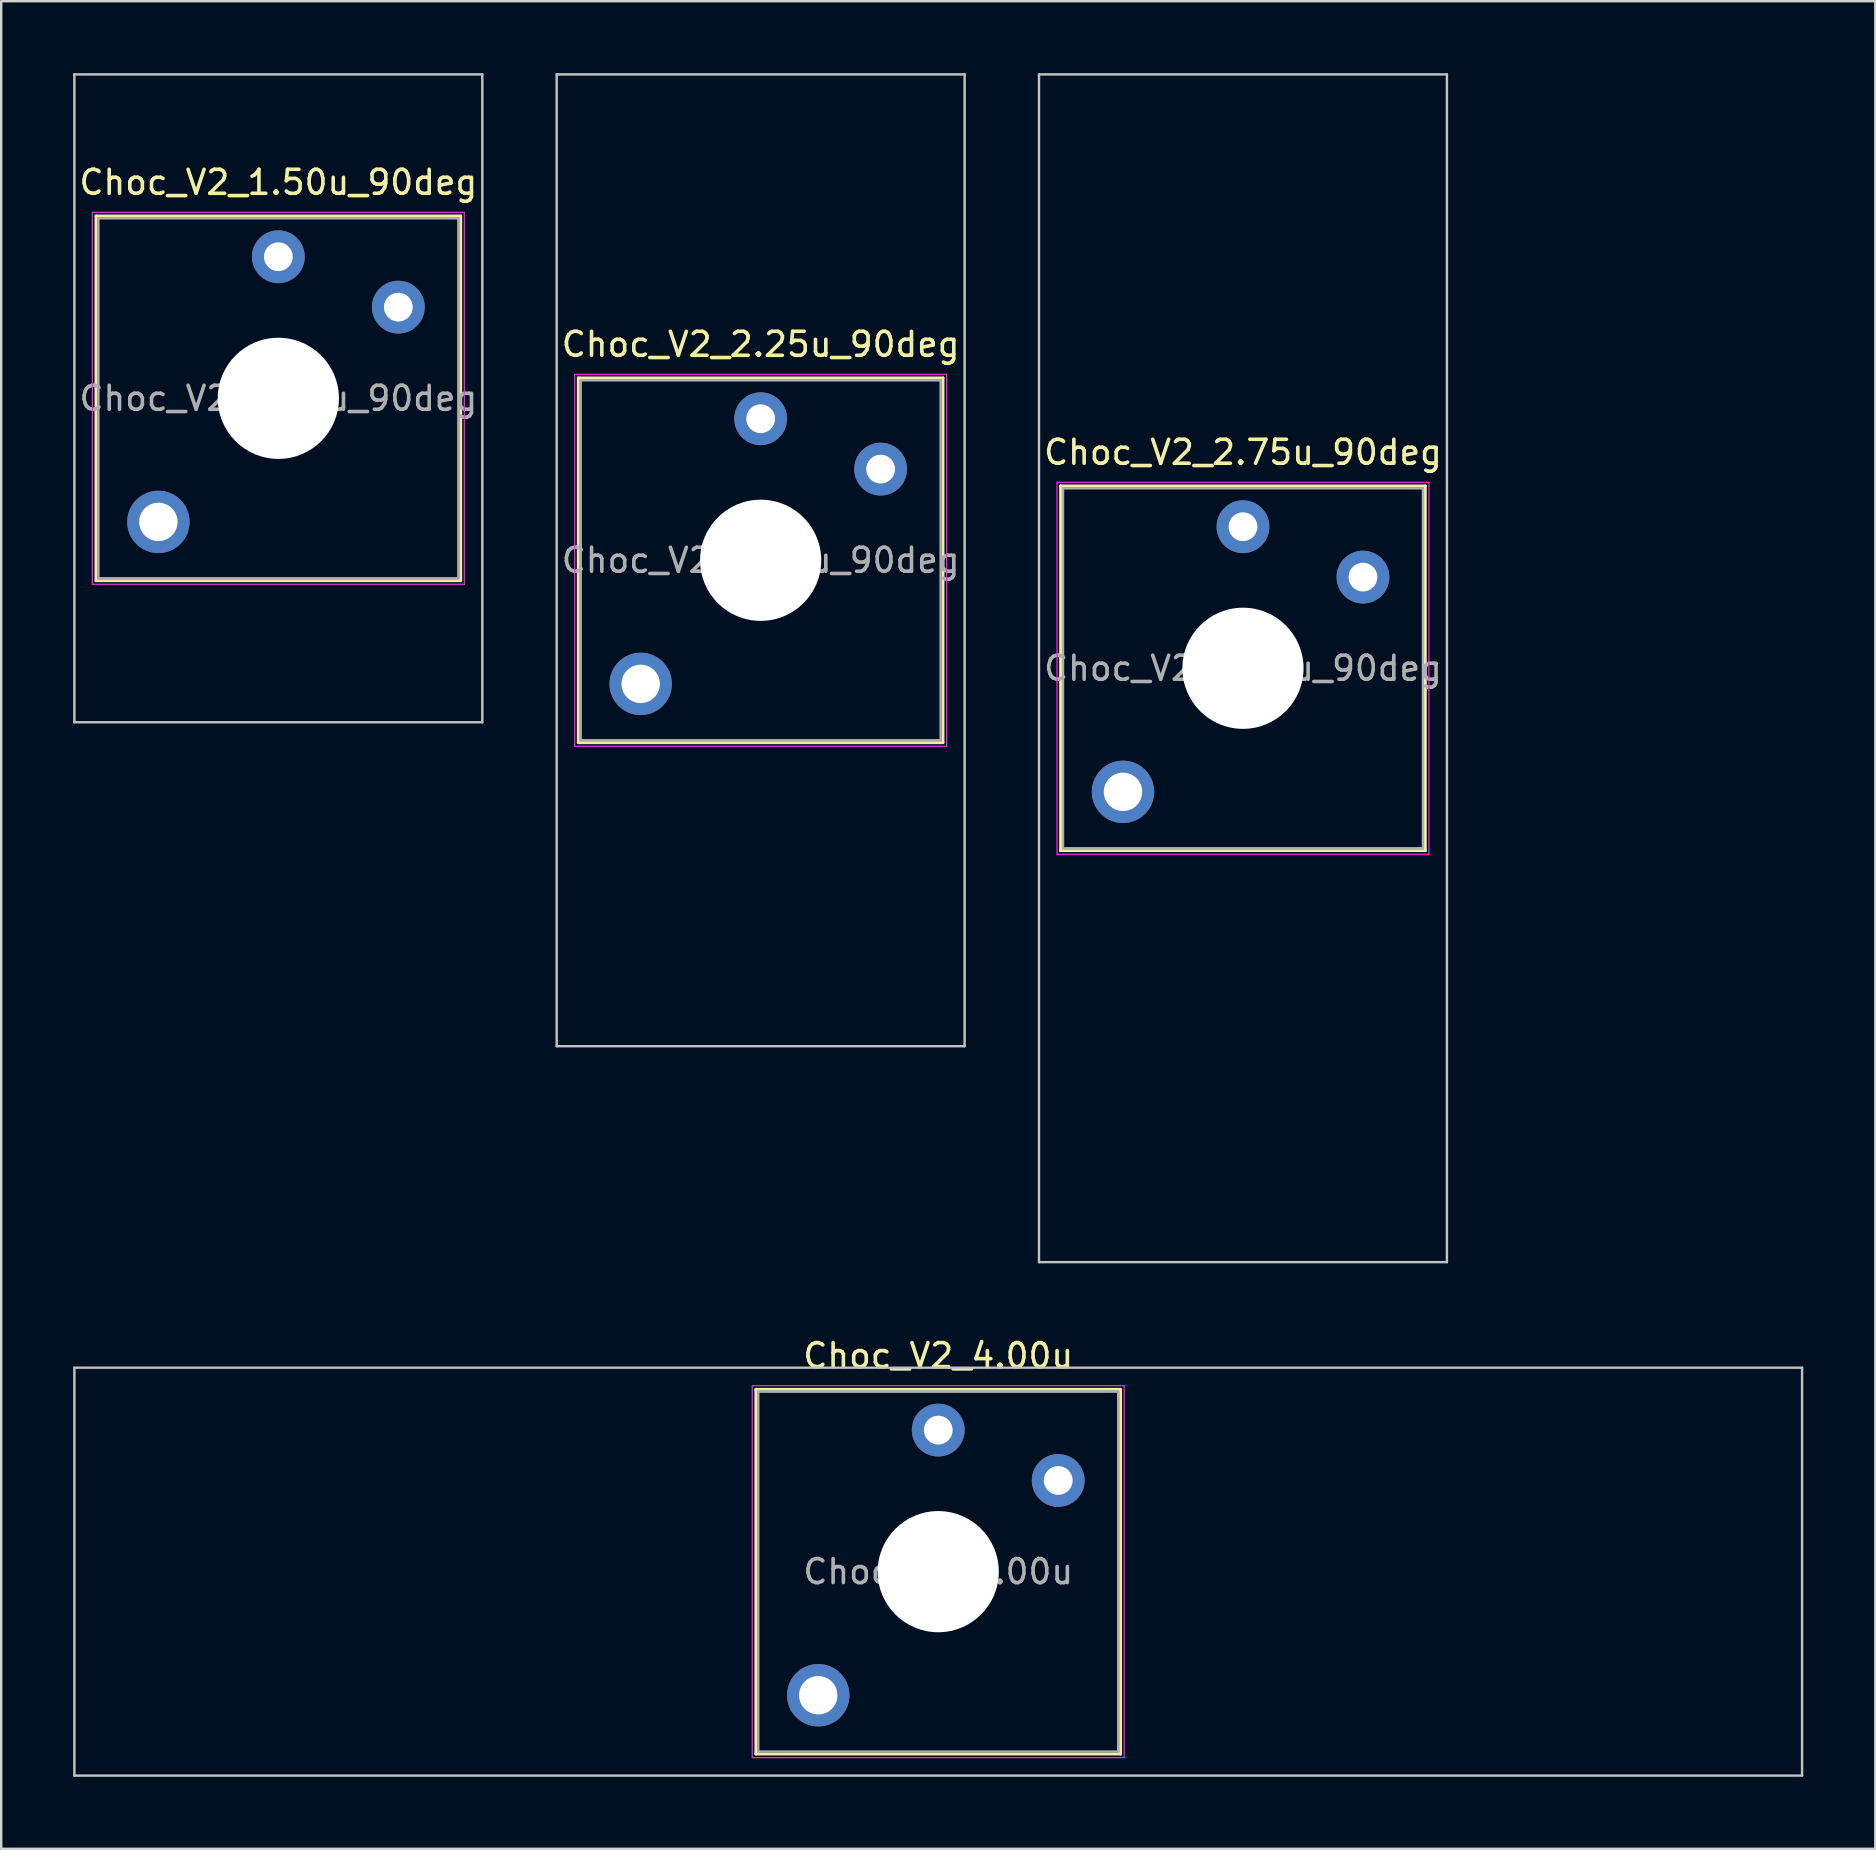
<source format=kicad_pcb>
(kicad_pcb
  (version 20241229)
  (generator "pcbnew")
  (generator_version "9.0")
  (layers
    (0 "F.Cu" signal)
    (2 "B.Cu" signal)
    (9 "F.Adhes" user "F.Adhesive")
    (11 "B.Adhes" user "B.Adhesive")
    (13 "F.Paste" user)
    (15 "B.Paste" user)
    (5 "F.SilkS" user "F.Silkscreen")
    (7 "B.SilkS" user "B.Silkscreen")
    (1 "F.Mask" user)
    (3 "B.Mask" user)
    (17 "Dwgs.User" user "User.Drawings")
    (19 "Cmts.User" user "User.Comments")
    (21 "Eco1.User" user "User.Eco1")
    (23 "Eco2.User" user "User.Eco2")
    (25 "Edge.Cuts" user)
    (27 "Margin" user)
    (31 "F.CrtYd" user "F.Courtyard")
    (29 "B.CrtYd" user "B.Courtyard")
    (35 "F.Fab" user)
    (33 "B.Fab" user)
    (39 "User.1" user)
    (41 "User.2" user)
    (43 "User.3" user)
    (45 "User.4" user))
  (footprint "Choc_V2_2.75u_90deg"
    (layer "F.Cu")
    (at 48.75 24.8)
    (property "Reference" "Choc_V2_2.75u_90deg" (at 0 -9 0) (layer "F.SilkS") (effects (font (size 1 1) (thickness 0.15))))
    (attr through_hole)
    (fp_line (start -7.6 -7.6) (end -7.6 7.6) (stroke (width 0.12) (type solid)) (layer "F.SilkS"))
    (fp_line (start -7.6 7.6) (end 7.6 7.6) (stroke (width 0.12) (type solid)) (layer "F.SilkS"))
    (fp_line (start 7.6 -7.6) (end -7.6 -7.6) (stroke (width 0.12) (type solid)) (layer "F.SilkS"))
    (fp_line (start 7.6 7.6) (end 7.6 -7.6) (stroke (width 0.12) (type solid)) (layer "F.SilkS"))
    (fp_line (start -8.5 -24.75) (end 8.5 -24.75) (stroke (width 0.1) (type solid)) (layer "Dwgs.User"))
    (fp_line (start -8.5 24.75) (end -8.5 -24.75) (stroke (width 0.1) (type solid)) (layer "Dwgs.User"))
    (fp_line (start 8.5 -24.75) (end 8.5 24.75) (stroke (width 0.1) (type solid)) (layer "Dwgs.User"))
    (fp_line (start 8.5 24.75) (end -8.5 24.75) (stroke (width 0.1) (type solid)) (layer "Dwgs.User"))
    (fp_line (start -7.25 -7.25) (end -7.25 7.25) (stroke (width 0.1) (type solid)) (layer "Eco1.User"))
    (fp_line (start -7.25 7.25) (end 7.25 7.25) (stroke (width 0.1) (type solid)) (layer "Eco1.User"))
    (fp_line (start 7.25 -7.25) (end -7.25 -7.25) (stroke (width 0.1) (type solid)) (layer "Eco1.User"))
    (fp_line (start 7.25 7.25) (end 7.25 -7.25) (stroke (width 0.1) (type solid)) (layer "Eco1.User"))
    (fp_line (start -7.75 -7.75) (end -7.75 7.75) (stroke (width 0.05) (type solid)) (layer "F.CrtYd"))
    (fp_line (start -7.75 7.75) (end 7.75 7.75) (stroke (width 0.05) (type solid)) (layer "F.CrtYd"))
    (fp_line (start 7.75 -7.75) (end -7.75 -7.75) (stroke (width 0.05) (type solid)) (layer "F.CrtYd"))
    (fp_line (start 7.75 7.75) (end 7.75 -7.75) (stroke (width 0.05) (type solid)) (layer "F.CrtYd"))
    (fp_line (start -7.5 -7.5) (end -7.5 7.5) (stroke (width 0.1) (type solid)) (layer "F.Fab"))
    (fp_line (start -7.5 7.5) (end 7.5 7.5) (stroke (width 0.1) (type solid)) (layer "F.Fab"))
    (fp_line (start 7.5 -7.5) (end -7.5 -7.5) (stroke (width 0.1) (type solid)) (layer "F.Fab"))
    (fp_line (start 7.5 7.5) (end 7.5 -7.5) (stroke (width 0.1) (type solid)) (layer "F.Fab"))
    (fp_text user "${REFERENCE}" (at 0 0 0) (layer "F.Fab") (effects (font (size 1 1) (thickness 0.15))))
    (pad "" thru_hole circle (at -5 5.15) (size 2.6 2.6) (drill 1.6) (layers "*.Cu" "*.Mask"))
    (pad "" np_thru_hole circle (at 0 0) (size 5.05 5.05) (drill 5.05) (layers "*.Cu" "*.Mask"))
    (pad "1" thru_hole circle (at 0 -5.9) (size 2.2 2.2) (drill 1.2) (layers "*.Cu" "*.Mask"))
    (pad "2" thru_hole circle (at 5 -3.8) (size 2.2 2.2) (drill 1.2) (layers "*.Cu" "*.Mask")))
  (footprint "Choc_V2_4.00u"
    (layer "F.Cu")
    (at 36.05 62.448)
    (property "Reference" "Choc_V2_4.00u" (at 0 -9 0) (layer "F.SilkS") (effects (font (size 1 1) (thickness 0.15))))
    (attr through_hole)
    (fp_line (start -7.6 -7.6) (end -7.6 7.6) (stroke (width 0.12) (type solid)) (layer "F.SilkS"))
    (fp_line (start -7.6 7.6) (end 7.6 7.6) (stroke (width 0.12) (type solid)) (layer "F.SilkS"))
    (fp_line (start 7.6 -7.6) (end -7.6 -7.6) (stroke (width 0.12) (type solid)) (layer "F.SilkS"))
    (fp_line (start 7.6 7.6) (end 7.6 -7.6) (stroke (width 0.12) (type solid)) (layer "F.SilkS"))
    (fp_line (start -36 -8.5) (end -36 8.5) (stroke (width 0.1) (type solid)) (layer "Dwgs.User"))
    (fp_line (start -36 8.5) (end 36 8.5) (stroke (width 0.1) (type solid)) (layer "Dwgs.User"))
    (fp_line (start 36 -8.5) (end -36 -8.5) (stroke (width 0.1) (type solid)) (layer "Dwgs.User"))
    (fp_line (start 36 8.5) (end 36 -8.5) (stroke (width 0.1) (type solid)) (layer "Dwgs.User"))
    (fp_line (start -7.25 -7.25) (end -7.25 7.25) (stroke (width 0.1) (type solid)) (layer "Eco1.User"))
    (fp_line (start -7.25 7.25) (end 7.25 7.25) (stroke (width 0.1) (type solid)) (layer "Eco1.User"))
    (fp_line (start 7.25 -7.25) (end -7.25 -7.25) (stroke (width 0.1) (type solid)) (layer "Eco1.User"))
    (fp_line (start 7.25 7.25) (end 7.25 -7.25) (stroke (width 0.1) (type solid)) (layer "Eco1.User"))
    (fp_line (start -7.75 -7.75) (end -7.75 7.75) (stroke (width 0.05) (type solid)) (layer "F.CrtYd"))
    (fp_line (start -7.75 7.75) (end 7.75 7.75) (stroke (width 0.05) (type solid)) (layer "F.CrtYd"))
    (fp_line (start 7.75 -7.75) (end -7.75 -7.75) (stroke (width 0.05) (type solid)) (layer "F.CrtYd"))
    (fp_line (start 7.75 7.75) (end 7.75 -7.75) (stroke (width 0.05) (type solid)) (layer "F.CrtYd"))
    (fp_line (start -7.5 -7.5) (end -7.5 7.5) (stroke (width 0.1) (type solid)) (layer "F.Fab"))
    (fp_line (start -7.5 7.5) (end 7.5 7.5) (stroke (width 0.1) (type solid)) (layer "F.Fab"))
    (fp_line (start 7.5 -7.5) (end -7.5 -7.5) (stroke (width 0.1) (type solid)) (layer "F.Fab"))
    (fp_line (start 7.5 7.5) (end 7.5 -7.5) (stroke (width 0.1) (type solid)) (layer "F.Fab"))
    (fp_text user "${REFERENCE}" (at 0 0 0) (layer "F.Fab") (effects (font (size 1 1) (thickness 0.15))))
    (pad "" thru_hole circle (at -5 5.15) (size 2.6 2.6) (drill 1.6) (layers "*.Cu" "*.Mask"))
    (pad "" np_thru_hole circle (at 0 0) (size 5.05 5.05) (drill 5.05) (layers "*.Cu" "*.Mask"))
    (pad "1" thru_hole circle (at 0 -5.9) (size 2.2 2.2) (drill 1.2) (layers "*.Cu" "*.Mask"))
    (pad "2" thru_hole circle (at 5 -3.8) (size 2.2 2.2) (drill 1.2) (layers "*.Cu" "*.Mask")))
  (footprint "Choc_V2_2.25u_90deg"
    (layer "F.Cu")
    (at 28.65 20.3)
    (property "Reference" "Choc_V2_2.25u_90deg" (at 0 -9 0) (layer "F.SilkS") (effects (font (size 1 1) (thickness 0.15))))
    (attr through_hole)
    (fp_line (start -7.6 -7.6) (end -7.6 7.6) (stroke (width 0.12) (type solid)) (layer "F.SilkS"))
    (fp_line (start -7.6 7.6) (end 7.6 7.6) (stroke (width 0.12) (type solid)) (layer "F.SilkS"))
    (fp_line (start 7.6 -7.6) (end -7.6 -7.6) (stroke (width 0.12) (type solid)) (layer "F.SilkS"))
    (fp_line (start 7.6 7.6) (end 7.6 -7.6) (stroke (width 0.12) (type solid)) (layer "F.SilkS"))
    (fp_line (start -8.5 -20.25) (end 8.5 -20.25) (stroke (width 0.1) (type solid)) (layer "Dwgs.User"))
    (fp_line (start -8.5 20.25) (end -8.5 -20.25) (stroke (width 0.1) (type solid)) (layer "Dwgs.User"))
    (fp_line (start 8.5 -20.25) (end 8.5 20.25) (stroke (width 0.1) (type solid)) (layer "Dwgs.User"))
    (fp_line (start 8.5 20.25) (end -8.5 20.25) (stroke (width 0.1) (type solid)) (layer "Dwgs.User"))
    (fp_line (start -7.25 -7.25) (end -7.25 7.25) (stroke (width 0.1) (type solid)) (layer "Eco1.User"))
    (fp_line (start -7.25 7.25) (end 7.25 7.25) (stroke (width 0.1) (type solid)) (layer "Eco1.User"))
    (fp_line (start 7.25 -7.25) (end -7.25 -7.25) (stroke (width 0.1) (type solid)) (layer "Eco1.User"))
    (fp_line (start 7.25 7.25) (end 7.25 -7.25) (stroke (width 0.1) (type solid)) (layer "Eco1.User"))
    (fp_line (start -7.75 -7.75) (end -7.75 7.75) (stroke (width 0.05) (type solid)) (layer "F.CrtYd"))
    (fp_line (start -7.75 7.75) (end 7.75 7.75) (stroke (width 0.05) (type solid)) (layer "F.CrtYd"))
    (fp_line (start 7.75 -7.75) (end -7.75 -7.75) (stroke (width 0.05) (type solid)) (layer "F.CrtYd"))
    (fp_line (start 7.75 7.75) (end 7.75 -7.75) (stroke (width 0.05) (type solid)) (layer "F.CrtYd"))
    (fp_line (start -7.5 -7.5) (end -7.5 7.5) (stroke (width 0.1) (type solid)) (layer "F.Fab"))
    (fp_line (start -7.5 7.5) (end 7.5 7.5) (stroke (width 0.1) (type solid)) (layer "F.Fab"))
    (fp_line (start 7.5 -7.5) (end -7.5 -7.5) (stroke (width 0.1) (type solid)) (layer "F.Fab"))
    (fp_line (start 7.5 7.5) (end 7.5 -7.5) (stroke (width 0.1) (type solid)) (layer "F.Fab"))
    (fp_text user "${REFERENCE}" (at 0 0 0) (layer "F.Fab") (effects (font (size 1 1) (thickness 0.15))))
    (pad "" thru_hole circle (at -5 5.15) (size 2.6 2.6) (drill 1.6) (layers "*.Cu" "*.Mask"))
    (pad "" np_thru_hole circle (at 0 0) (size 5.05 5.05) (drill 5.05) (layers "*.Cu" "*.Mask"))
    (pad "1" thru_hole circle (at 0 -5.9) (size 2.2 2.2) (drill 1.2) (layers "*.Cu" "*.Mask"))
    (pad "2" thru_hole circle (at 5 -3.8) (size 2.2 2.2) (drill 1.2) (layers "*.Cu" "*.Mask")))
  (footprint "Choc_V2_1.50u_90deg"
    (layer "F.Cu")
    (at 8.55 13.55)
    (property "Reference" "Choc_V2_1.50u_90deg" (at 0 -9 0) (layer "F.SilkS") (effects (font (size 1 1) (thickness 0.15))))
    (attr through_hole)
    (fp_line (start -7.6 -7.6) (end -7.6 7.6) (stroke (width 0.12) (type solid)) (layer "F.SilkS"))
    (fp_line (start -7.6 7.6) (end 7.6 7.6) (stroke (width 0.12) (type solid)) (layer "F.SilkS"))
    (fp_line (start 7.6 -7.6) (end -7.6 -7.6) (stroke (width 0.12) (type solid)) (layer "F.SilkS"))
    (fp_line (start 7.6 7.6) (end 7.6 -7.6) (stroke (width 0.12) (type solid)) (layer "F.SilkS"))
    (fp_line (start -8.5 -13.5) (end 8.5 -13.5) (stroke (width 0.1) (type solid)) (layer "Dwgs.User"))
    (fp_line (start -8.5 13.5) (end -8.5 -13.5) (stroke (width 0.1) (type solid)) (layer "Dwgs.User"))
    (fp_line (start 8.5 -13.5) (end 8.5 13.5) (stroke (width 0.1) (type solid)) (layer "Dwgs.User"))
    (fp_line (start 8.5 13.5) (end -8.5 13.5) (stroke (width 0.1) (type solid)) (layer "Dwgs.User"))
    (fp_line (start -7.25 -7.25) (end -7.25 7.25) (stroke (width 0.1) (type solid)) (layer "Eco1.User"))
    (fp_line (start -7.25 7.25) (end 7.25 7.25) (stroke (width 0.1) (type solid)) (layer "Eco1.User"))
    (fp_line (start 7.25 -7.25) (end -7.25 -7.25) (stroke (width 0.1) (type solid)) (layer "Eco1.User"))
    (fp_line (start 7.25 7.25) (end 7.25 -7.25) (stroke (width 0.1) (type solid)) (layer "Eco1.User"))
    (fp_line (start -7.75 -7.75) (end -7.75 7.75) (stroke (width 0.05) (type solid)) (layer "F.CrtYd"))
    (fp_line (start -7.75 7.75) (end 7.75 7.75) (stroke (width 0.05) (type solid)) (layer "F.CrtYd"))
    (fp_line (start 7.75 -7.75) (end -7.75 -7.75) (stroke (width 0.05) (type solid)) (layer "F.CrtYd"))
    (fp_line (start 7.75 7.75) (end 7.75 -7.75) (stroke (width 0.05) (type solid)) (layer "F.CrtYd"))
    (fp_line (start -7.5 -7.5) (end -7.5 7.5) (stroke (width 0.1) (type solid)) (layer "F.Fab"))
    (fp_line (start -7.5 7.5) (end 7.5 7.5) (stroke (width 0.1) (type solid)) (layer "F.Fab"))
    (fp_line (start 7.5 -7.5) (end -7.5 -7.5) (stroke (width 0.1) (type solid)) (layer "F.Fab"))
    (fp_line (start 7.5 7.5) (end 7.5 -7.5) (stroke (width 0.1) (type solid)) (layer "F.Fab"))
    (fp_text user "${REFERENCE}" (at 0 0 0) (layer "F.Fab") (effects (font (size 1 1) (thickness 0.15))))
    (pad "" thru_hole circle (at -5 5.15) (size 2.6 2.6) (drill 1.6) (layers "*.Cu" "*.Mask"))
    (pad "" np_thru_hole circle (at 0 0) (size 5.05 5.05) (drill 5.05) (layers "*.Cu" "*.Mask"))
    (pad "1" thru_hole circle (at 0 -5.9) (size 2.2 2.2) (drill 1.2) (layers "*.Cu" "*.Mask"))
    (pad "2" thru_hole circle (at 5 -3.8) (size 2.2 2.2) (drill 1.2) (layers "*.Cu" "*.Mask")))
  (gr_rect
    (start -3 -3)
    (end 75.1 73.998)
    (stroke (width 0.1) (type default))
    (fill no)
    (layer "Edge.Cuts")))
</source>
